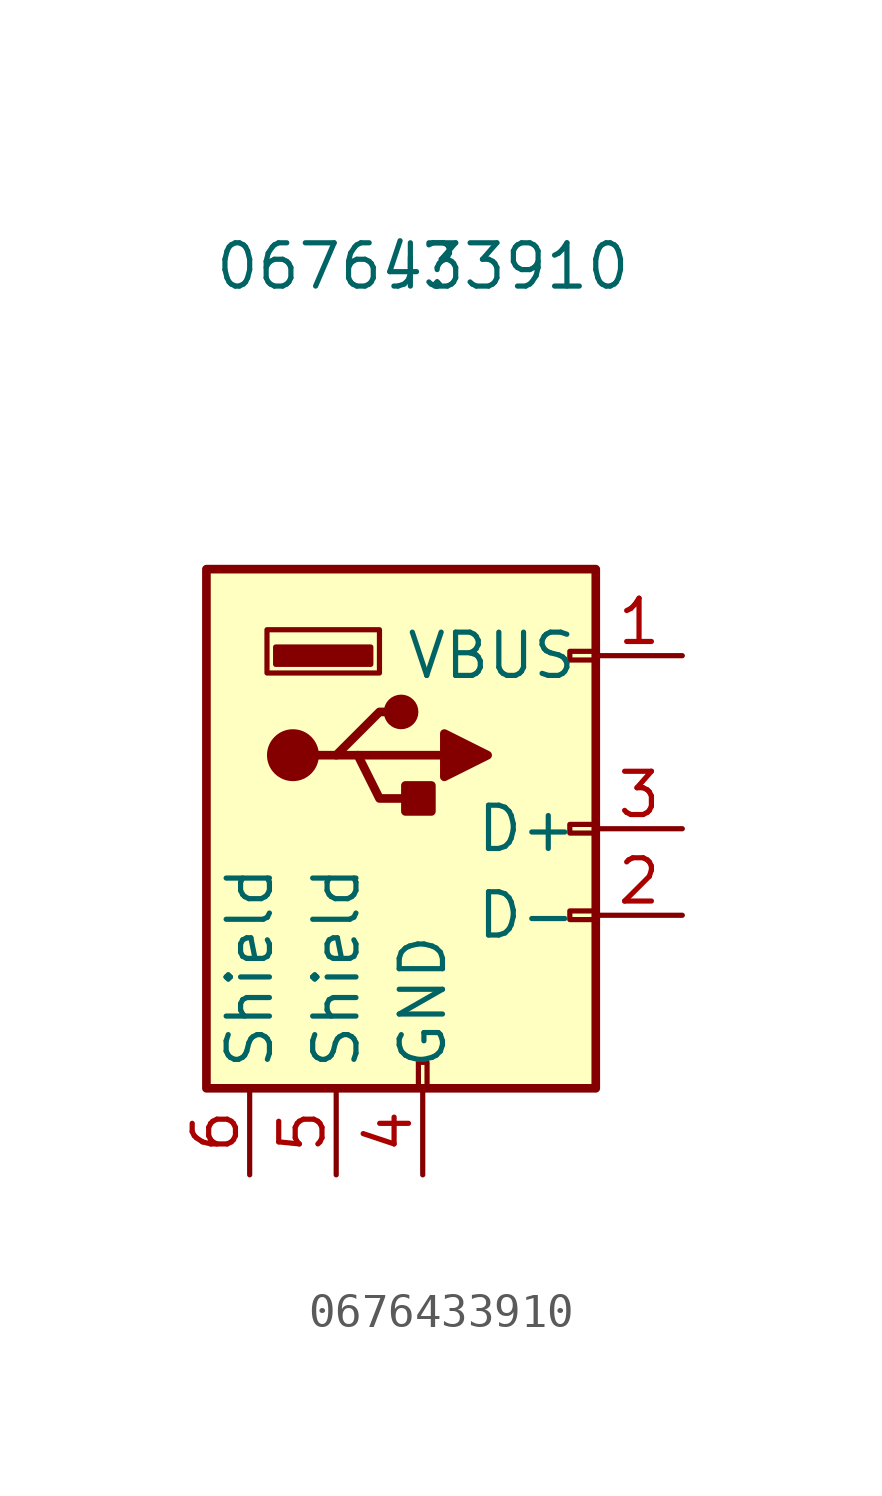
<source format=kicad_sym>
(kicad_symbol_lib
  (version 20241209)
  (generator "kicad_symbol_editor")
  (generator_version "9.0")
  (symbol "0676433910"
    (property "Reference" "J"
      (at 0 15.24 0)
      (effects (font (size 1.27 1.27))))
    (property "Value" "0676433910"
      (at 0 15.24 0)
      (effects (font (size 1.27 1.27))))
    (symbol "0676433910_0_1"
      (rectangle (start -6.35 6.35) (end 5.08 -8.89) (stroke (width 0.254) (type default)) (fill (type background)))
      (circle (center -3.81 0.889) (radius 0.635) (stroke (width 0.254) (type default)) (fill (type outline)))
      (polyline (pts (xy -3.175 0.889) (xy -2.54 0.889) (xy -1.27 2.159) (xy -0.635 2.159)) (stroke (width 0.254) (type default)) (fill (type none)))
      (polyline (pts (xy -2.54 0.889) (xy -1.905 0.889) (xy -1.27 -0.381) (xy 0 -0.381)) (stroke (width 0.254) (type default)) (fill (type none)))
      (rectangle (start -1.524 3.556) (end -4.318 4.064) (stroke (width 0) (type default)) (fill (type outline)))
      (rectangle (start -1.27 3.302) (end -4.572 4.572) (stroke (width 0) (type default)) (fill (type none)))
      (circle (center -0.635 2.159) (radius 0.381) (stroke (width 0.254) (type default)) (fill (type outline)))
      (rectangle (start -0.127 -8.89) (end 0.127 -8.128) (stroke (width 0) (type default)) (fill (type none)))
      (rectangle (start 0.254 0) (end -0.508 -0.762) (stroke (width 0.254) (type default)) (fill (type outline)))
      (polyline (pts (xy 0.635 1.524) (xy 0.635 0.254) (xy 1.905 0.889) (xy 0.635 1.524)) (stroke (width 0.254) (type default)) (fill (type outline)))
      (rectangle (start 5.08 3.683) (end 4.318 3.937) (stroke (width 0) (type default)) (fill (type none)))
      (rectangle (start 5.08 -1.397) (end 4.318 -1.143) (stroke (width 0) (type default)) (fill (type none)))
      (rectangle (start 5.08 -3.937) (end 4.318 -3.683) (stroke (width 0) (type default)) (fill (type none))))
    (symbol "0676433910_1_1"
      (polyline (pts (xy -1.905 0.889) (xy 0.635 0.889)) (stroke (width 0.254) (type default)) (fill (type none)))
      (pin passive line (at -5.08 -11.43 90) (length 2.54) (name "Shield" (effects (font (size 1.27 1.27)))) (number "6" (effects (font (size 1.27 1.27)))))
      (pin passive line (at -2.54 -11.43 90) (length 2.54) (name "Shield" (effects (font (size 1.27 1.27)))) (number "5" (effects (font (size 1.27 1.27)))))
      (pin power_in line (at 0 -11.43 90) (length 2.54) (name "GND" (effects (font (size 1.27 1.27)))) (number "4" (effects (font (size 1.27 1.27)))))
      (pin power_in line (at 7.62 3.81 180) (length 2.54) (name "VBUS" (effects (font (size 1.27 1.27)))) (number "1" (effects (font (size 1.27 1.27)))))
      (pin bidirectional line (at 7.62 -1.27 180) (length 2.54) (name "D+" (effects (font (size 1.27 1.27)))) (number "3" (effects (font (size 1.27 1.27)))))
      (pin bidirectional line (at 7.62 -3.81 180) (length 2.54) (name "D-" (effects (font (size 1.27 1.27)))) (number "2" (effects (font (size 1.27 1.27))))))))
</source>
